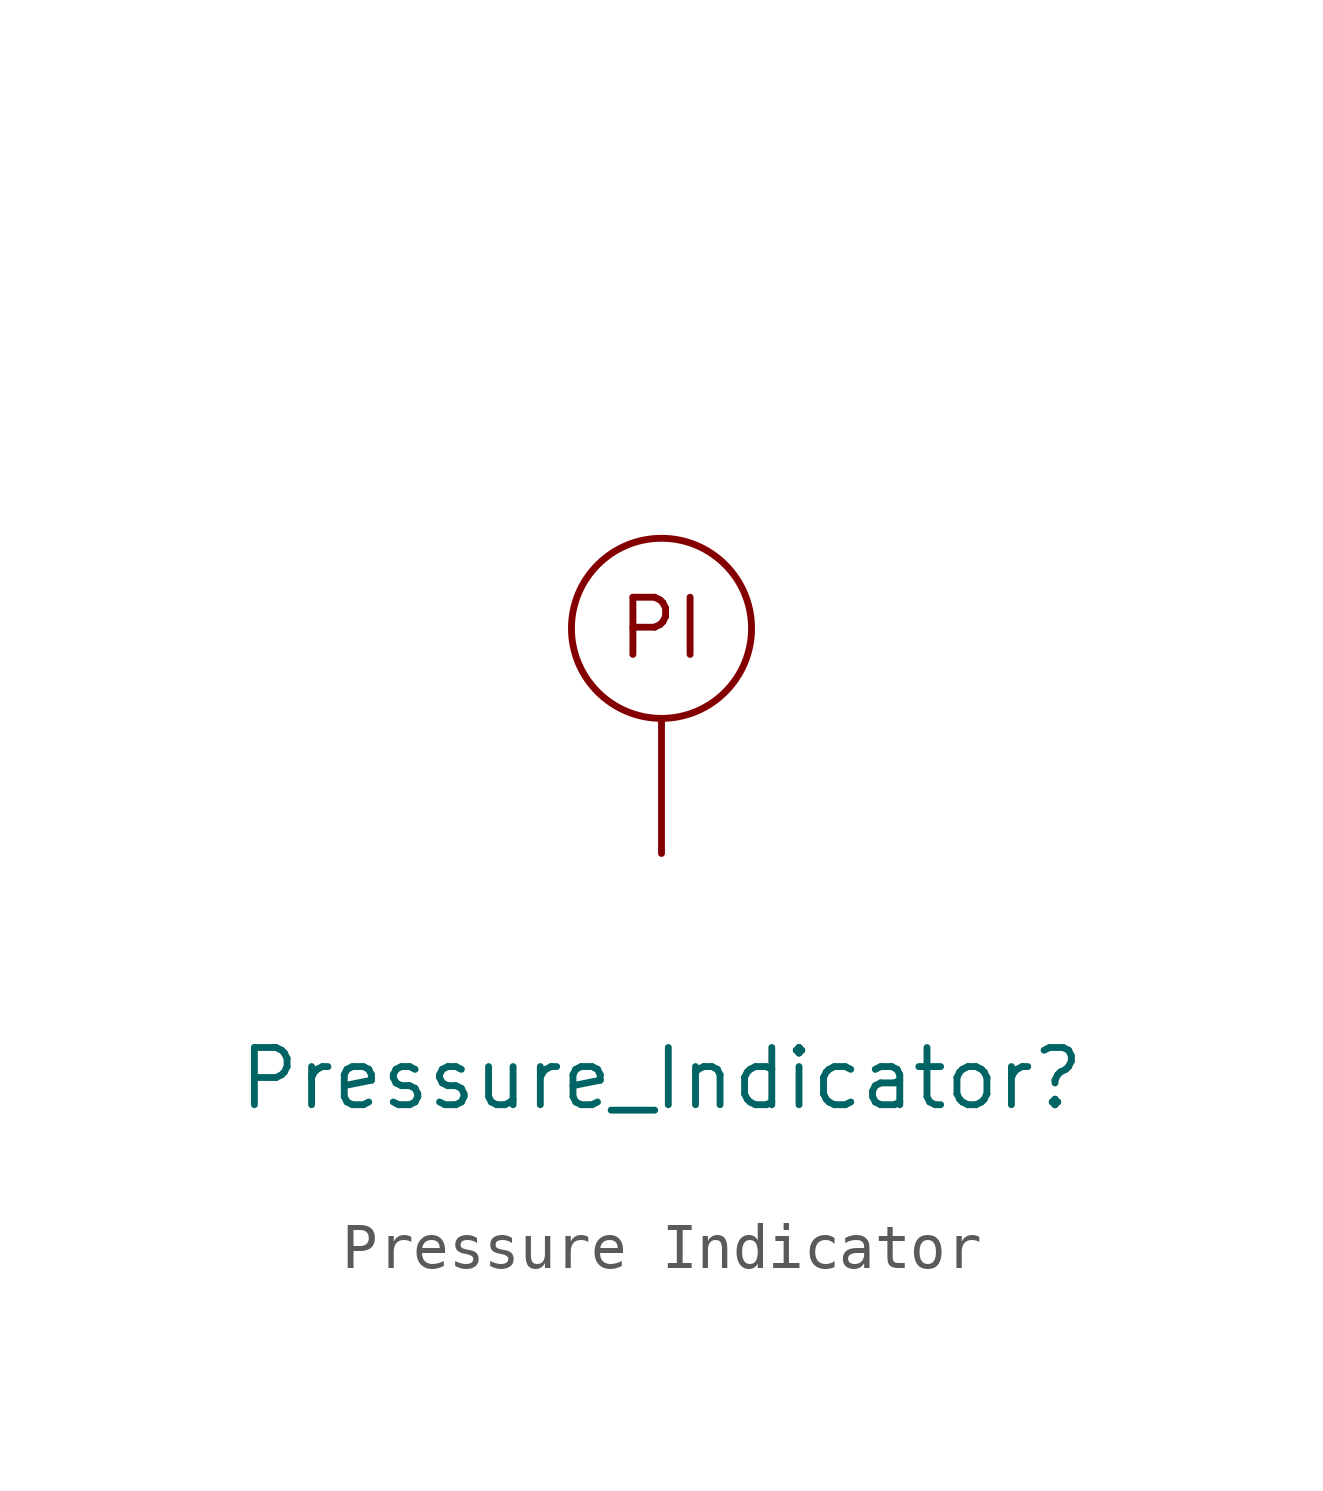
<source format=kicad_sym>
(kicad_symbol_lib
  (version 20231120)
  (generator kicad_symbol_editor)
  (generator_version "8.0")
  (symbol "Pressure Indicator"
    (property Reference Pressure_Indicator
      (at 0 -10 0)
      (effects (font (size 1.27 1.27))))
    (property Value ""
      (at 0 0 0)
      (effects (font (size 1.27 1.27))))
    (symbol "Pressure Indicator_0_1"
      (circle (center 0 0) (radius 2) (stroke (width 0) (type default)) (fill (type none))))
    (symbol "Pressure Indicator_1_1"
      (rectangle private (start -8 8) (end 8 -8) (stroke (width 0.1) (type dot)) (fill (type none)))
      (rectangle private (start -5 5) (end 5 -5) (stroke (width 0.1) (type dot)) (fill (type none)))
      (text PI (at 0 0 0) (effects (font (size 1.27 1.27))))
      (pin input line (at 0 -5 90) (length 3) (name "" (effects (font (size 1.27 1.27)))) (number "" (effects (font (size 1.27 1.27))))))))
</source>
